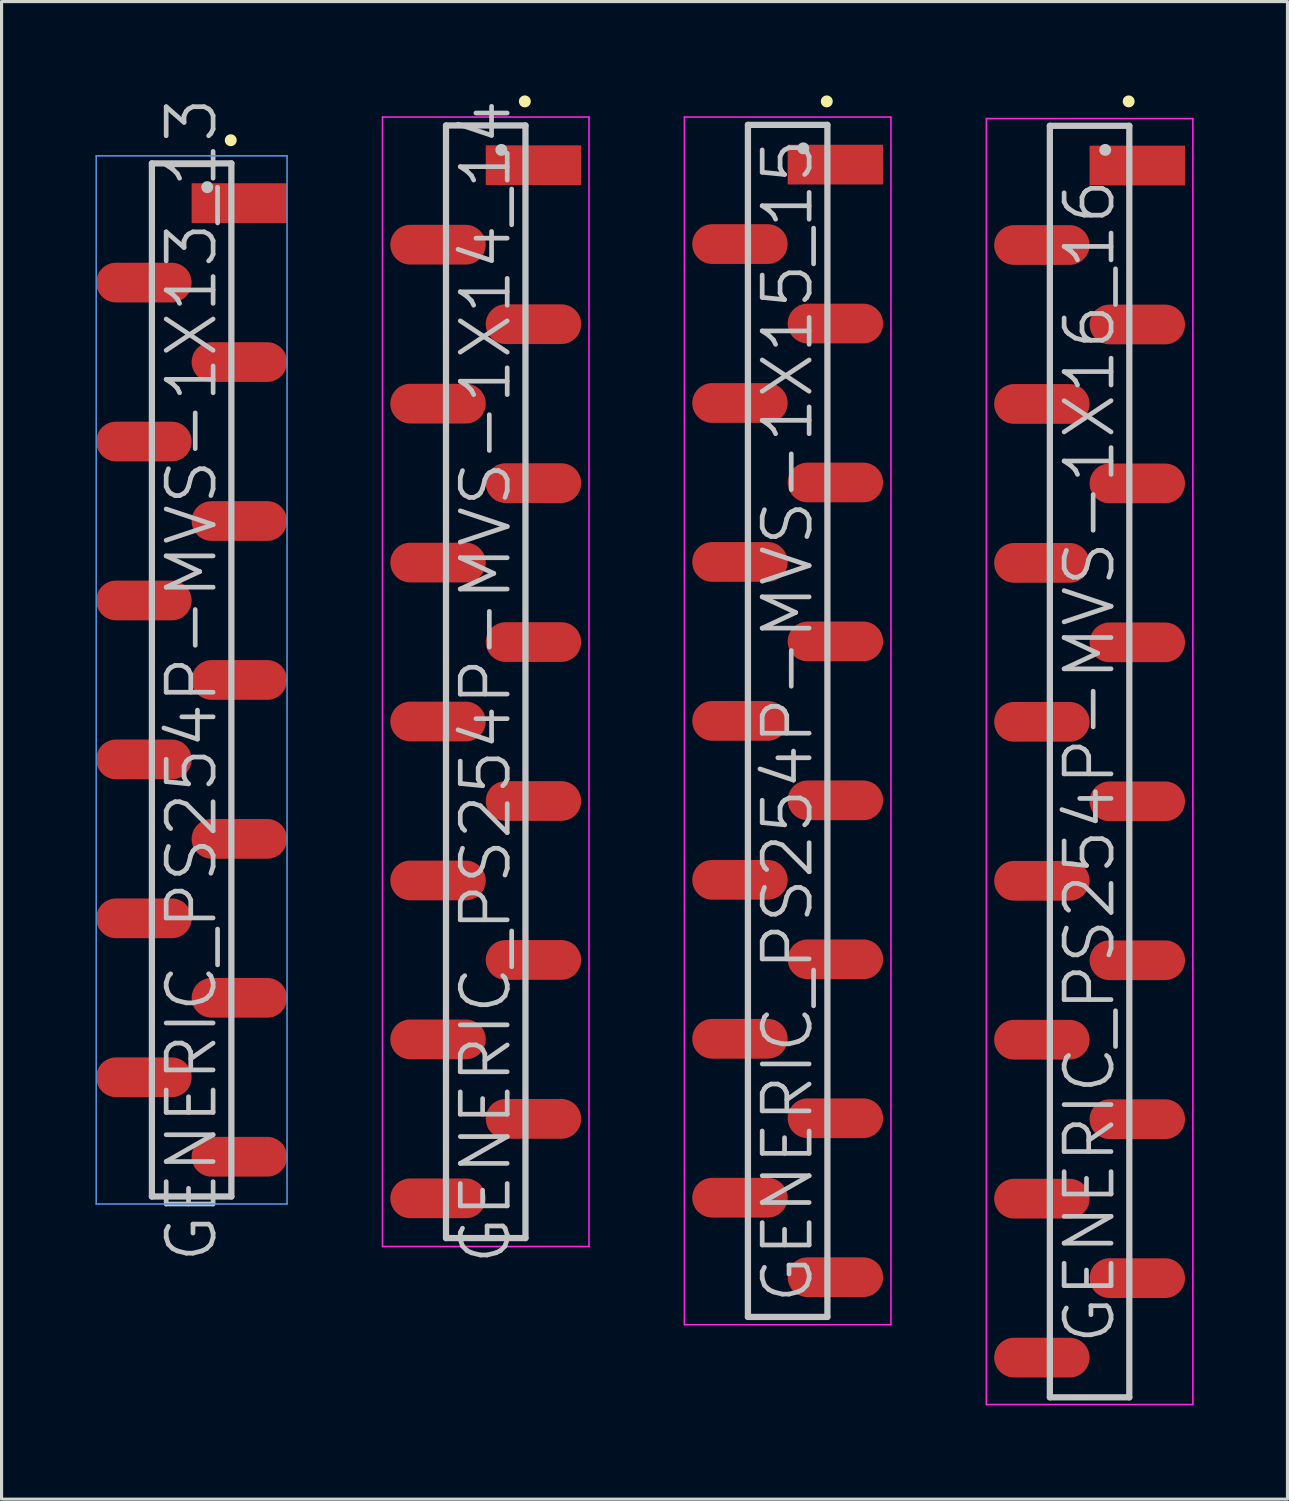
<source format=kicad_pcb>
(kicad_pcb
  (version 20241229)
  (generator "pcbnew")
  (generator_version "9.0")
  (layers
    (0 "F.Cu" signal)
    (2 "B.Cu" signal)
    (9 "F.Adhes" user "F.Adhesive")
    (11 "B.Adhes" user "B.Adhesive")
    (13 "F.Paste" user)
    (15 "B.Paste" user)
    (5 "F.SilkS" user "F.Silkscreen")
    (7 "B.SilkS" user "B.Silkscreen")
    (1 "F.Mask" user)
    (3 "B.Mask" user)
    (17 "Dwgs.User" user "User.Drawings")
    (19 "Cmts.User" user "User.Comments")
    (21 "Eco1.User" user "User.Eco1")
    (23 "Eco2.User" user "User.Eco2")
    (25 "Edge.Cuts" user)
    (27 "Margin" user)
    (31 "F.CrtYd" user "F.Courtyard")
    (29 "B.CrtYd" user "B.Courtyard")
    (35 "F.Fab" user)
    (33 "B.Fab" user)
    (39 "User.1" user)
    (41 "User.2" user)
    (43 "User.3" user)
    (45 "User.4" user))
  (footprint "GENERIC_PS254P-MVS-1X13_13"
    (layer "F.Cu")
    (at 3.075 18.682)
    (property "Reference" "GENERIC_PS254P-MVS-1X13_13" (at 0 0 90) (layer "Dwgs.User") (effects (font (size 1.5 1.5) (thickness 0.15))))
    (attr smd)
    (fp_line (start 1.25 -17.25) (end 1.25 -17.25) (stroke (width 0.381) (type solid)) (layer "F.SilkS"))
    (fp_line (start -1.27 -16.51) (end -1.27 16.51) (stroke (width 0.2) (type solid)) (layer "Dwgs.User"))
    (fp_line (start -1.27 -16.51) (end 1.27 -16.51) (stroke (width 0.2) (type solid)) (layer "Dwgs.User"))
    (fp_line (start -1.27 16.51) (end 1.27 16.51) (stroke (width 0.2) (type solid)) (layer "Dwgs.User"))
    (fp_line (start 0.5 -15.75) (end 0.5 -15.75) (stroke (width 0.381) (type solid)) (layer "Dwgs.User"))
    (fp_line (start 1.27 -16.51) (end 1.27 16.51) (stroke (width 0.2) (type solid)) (layer "Dwgs.User"))
    (fp_line (start -3.05 -16.75) (end -3.05 16.75) (stroke (width 0.05) (type solid)) (layer "Cmts.User"))
    (fp_line (start -3.05 -16.75) (end 3.05 -16.75) (stroke (width 0.05) (type solid)) (layer "Cmts.User"))
    (fp_line (start -3.05 16.75) (end 3.05 16.75) (stroke (width 0.05) (type solid)) (layer "Cmts.User"))
    (fp_line (start 3.05 -16.75) (end 3.05 16.75) (stroke (width 0.05) (type solid)) (layer "Cmts.User"))
    (pad "1" smd rect (at 1.525 -15.24 90) (size 1.27 3.05) (layers "F.Cu" "F.Mask" "F.Paste"))
    (pad "2" smd oval (at -1.525 -12.7 90) (size 1.27 3.05) (layers "F.Cu" "F.Mask" "F.Paste"))
    (pad "3" smd oval (at 1.525 -10.16 90) (size 1.27 3.05) (layers "F.Cu" "F.Mask" "F.Paste"))
    (pad "4" smd oval (at -1.525 -7.62 90) (size 1.27 3.05) (layers "F.Cu" "F.Mask" "F.Paste"))
    (pad "5" smd oval (at 1.525 -5.08 90) (size 1.27 3.05) (layers "F.Cu" "F.Mask" "F.Paste"))
    (pad "6" smd oval (at -1.525 -2.54 90) (size 1.27 3.05) (layers "F.Cu" "F.Mask" "F.Paste"))
    (pad "7" smd oval (at 1.525 0 90) (size 1.27 3.05) (layers "F.Cu" "F.Mask" "F.Paste"))
    (pad "8" smd oval (at -1.525 2.54 90) (size 1.27 3.05) (layers "F.Cu" "F.Mask" "F.Paste"))
    (pad "9" smd oval (at 1.525 5.08 90) (size 1.27 3.05) (layers "F.Cu" "F.Mask" "F.Paste"))
    (pad "10" smd oval (at -1.525 7.62 90) (size 1.27 3.05) (layers "F.Cu" "F.Mask" "F.Paste"))
    (pad "11" smd oval (at 1.525 10.16 90) (size 1.27 3.05) (layers "F.Cu" "F.Mask" "F.Paste"))
    (pad "12" smd oval (at -1.525 12.7 90) (size 1.27 3.05) (layers "F.Cu" "F.Mask" "F.Paste"))
    (pad "13" smd oval (at 1.525 15.24 90) (size 1.27 3.05) (layers "F.Cu" "F.Mask" "F.Paste")))
  (footprint "GENERIC_PS254P-MVS-1X16_16"
    (layer "F.Cu")
    (at 31.775 21.291)
    (property "Reference" "GENERIC_PS254P-MVS-1X16_16" (at 0 0 90) (layer "Dwgs.User") (effects (font (size 1.5 1.5) (thickness 0.15))))
    (attr smd)
    (fp_line (start 1.25 -21.1) (end 1.25 -21.1) (stroke (width 0.381) (type solid)) (layer "F.SilkS"))
    (fp_line (start -1.27 -20.32) (end -1.27 20.32) (stroke (width 0.2) (type solid)) (layer "Dwgs.User"))
    (fp_line (start -1.27 -20.32) (end 1.27 -20.32) (stroke (width 0.2) (type solid)) (layer "Dwgs.User"))
    (fp_line (start -1.27 20.32) (end 1.27 20.32) (stroke (width 0.2) (type solid)) (layer "Dwgs.User"))
    (fp_line (start 0.5 -19.55) (end 0.5 -19.55) (stroke (width 0.381) (type solid)) (layer "Dwgs.User"))
    (fp_line (start 1.27 -20.32) (end 1.27 20.32) (stroke (width 0.2) (type solid)) (layer "Dwgs.User"))
    (fp_line (start -3.3 -20.55) (end -3.3 20.55) (stroke (width 0.05) (type solid)) (layer "F.CrtYd"))
    (fp_line (start -3.3 -20.55) (end 3.3 -20.55) (stroke (width 0.05) (type solid)) (layer "F.CrtYd"))
    (fp_line (start -3.3 20.55) (end 3.3 20.55) (stroke (width 0.05) (type solid)) (layer "F.CrtYd"))
    (fp_line (start 3.3 -20.55) (end 3.3 20.55) (stroke (width 0.05) (type solid)) (layer "F.CrtYd"))
    (pad "1" smd rect (at 1.525 -19.05 90) (size 1.27 3.05) (layers "F.Cu" "F.Mask" "F.Paste"))
    (pad "2" smd oval (at -1.525 -16.51 90) (size 1.27 3.05) (layers "F.Cu" "F.Mask" "F.Paste"))
    (pad "3" smd oval (at 1.525 -13.97 90) (size 1.27 3.05) (layers "F.Cu" "F.Mask" "F.Paste"))
    (pad "4" smd oval (at -1.525 -11.43 90) (size 1.27 3.05) (layers "F.Cu" "F.Mask" "F.Paste"))
    (pad "5" smd oval (at 1.525 -8.89 90) (size 1.27 3.05) (layers "F.Cu" "F.Mask" "F.Paste"))
    (pad "6" smd oval (at -1.525 -6.35 90) (size 1.27 3.05) (layers "F.Cu" "F.Mask" "F.Paste"))
    (pad "7" smd oval (at 1.525 -3.81 90) (size 1.27 3.05) (layers "F.Cu" "F.Mask" "F.Paste"))
    (pad "8" smd oval (at -1.525 -1.27 90) (size 1.27 3.05) (layers "F.Cu" "F.Mask" "F.Paste"))
    (pad "9" smd oval (at 1.525 1.27 90) (size 1.27 3.05) (layers "F.Cu" "F.Mask" "F.Paste"))
    (pad "10" smd oval (at -1.525 3.81 90) (size 1.27 3.05) (layers "F.Cu" "F.Mask" "F.Paste"))
    (pad "11" smd oval (at 1.525 6.35 90) (size 1.27 3.05) (layers "F.Cu" "F.Mask" "F.Paste"))
    (pad "12" smd oval (at -1.525 8.89 90) (size 1.27 3.05) (layers "F.Cu" "F.Mask" "F.Paste"))
    (pad "13" smd oval (at 1.525 11.43 90) (size 1.27 3.05) (layers "F.Cu" "F.Mask" "F.Paste"))
    (pad "14" smd oval (at -1.525 13.97 90) (size 1.27 3.05) (layers "F.Cu" "F.Mask" "F.Paste"))
    (pad "15" smd oval (at 1.525 16.51 90) (size 1.27 3.05) (layers "F.Cu" "F.Mask" "F.Paste"))
    (pad "16" smd oval (at -1.525 19.05 90) (size 1.27 3.05) (layers "F.Cu" "F.Mask" "F.Paste")))
  (footprint "GENERIC_PS254P-MVS-1X14_14"
    (layer "F.Cu")
    (at 12.475 18.741)
    (property "Reference" "GENERIC_PS254P-MVS-1X14_14" (at 0 0 90) (layer "Dwgs.User") (effects (font (size 1.5 1.5) (thickness 0.15))))
    (attr smd)
    (fp_line (start 1.25 -18.55) (end 1.25 -18.55) (stroke (width 0.381) (type solid)) (layer "F.SilkS"))
    (fp_line (start -1.27 -17.78) (end -1.27 17.78) (stroke (width 0.2) (type solid)) (layer "Dwgs.User"))
    (fp_line (start -1.27 -17.78) (end 1.27 -17.78) (stroke (width 0.2) (type solid)) (layer "Dwgs.User"))
    (fp_line (start -1.27 17.78) (end 1.27 17.78) (stroke (width 0.2) (type solid)) (layer "Dwgs.User"))
    (fp_line (start 0.5 -17) (end 0.5 -17) (stroke (width 0.381) (type solid)) (layer "Dwgs.User"))
    (fp_line (start 1.27 -17.78) (end 1.27 17.78) (stroke (width 0.2) (type solid)) (layer "Dwgs.User"))
    (fp_line (start -3.3 -18.05) (end -3.3 18.05) (stroke (width 0.05) (type solid)) (layer "F.CrtYd"))
    (fp_line (start -3.3 -18.05) (end 3.3 -18.05) (stroke (width 0.05) (type solid)) (layer "F.CrtYd"))
    (fp_line (start -3.3 18.05) (end 3.3 18.05) (stroke (width 0.05) (type solid)) (layer "F.CrtYd"))
    (fp_line (start 3.3 -18.05) (end 3.3 18.05) (stroke (width 0.05) (type solid)) (layer "F.CrtYd"))
    (pad "1" smd rect (at 1.525 -16.51 90) (size 1.27 3.05) (layers "F.Cu" "F.Mask" "F.Paste"))
    (pad "2" smd oval (at -1.525 -13.97 90) (size 1.27 3.05) (layers "F.Cu" "F.Mask" "F.Paste"))
    (pad "3" smd oval (at 1.525 -11.43 90) (size 1.27 3.05) (layers "F.Cu" "F.Mask" "F.Paste"))
    (pad "4" smd oval (at -1.525 -8.89 90) (size 1.27 3.05) (layers "F.Cu" "F.Mask" "F.Paste"))
    (pad "5" smd oval (at 1.525 -6.35 90) (size 1.27 3.05) (layers "F.Cu" "F.Mask" "F.Paste"))
    (pad "6" smd oval (at -1.525 -3.81 90) (size 1.27 3.05) (layers "F.Cu" "F.Mask" "F.Paste"))
    (pad "7" smd oval (at 1.525 -1.27 90) (size 1.27 3.05) (layers "F.Cu" "F.Mask" "F.Paste"))
    (pad "8" smd oval (at -1.525 1.27 90) (size 1.27 3.05) (layers "F.Cu" "F.Mask" "F.Paste"))
    (pad "9" smd oval (at 1.525 3.81 90) (size 1.27 3.05) (layers "F.Cu" "F.Mask" "F.Paste"))
    (pad "10" smd oval (at -1.525 6.35 90) (size 1.27 3.05) (layers "F.Cu" "F.Mask" "F.Paste"))
    (pad "11" smd oval (at 1.525 8.89 90) (size 1.27 3.05) (layers "F.Cu" "F.Mask" "F.Paste"))
    (pad "12" smd oval (at -1.525 11.43 90) (size 1.27 3.05) (layers "F.Cu" "F.Mask" "F.Paste"))
    (pad "13" smd oval (at 1.525 13.97 90) (size 1.27 3.05) (layers "F.Cu" "F.Mask" "F.Paste"))
    (pad "14" smd oval (at -1.525 16.51 90) (size 1.27 3.05) (layers "F.Cu" "F.Mask" "F.Paste")))
  (footprint "GENERIC_PS254P-MVS-1X15_15"
    (layer "F.Cu")
    (at 22.125 19.991)
    (property "Reference" "GENERIC_PS254P-MVS-1X15_15" (at 0 0 90) (layer "Dwgs.User") (effects (font (size 1.5 1.5) (thickness 0.15))))
    (attr smd)
    (fp_line (start 1.25 -19.8) (end 1.25 -19.8) (stroke (width 0.381) (type solid)) (layer "F.SilkS"))
    (fp_line (start -1.27 -19.05) (end -1.27 19.05) (stroke (width 0.2) (type solid)) (layer "Dwgs.User"))
    (fp_line (start -1.27 -19.05) (end 1.27 -19.05) (stroke (width 0.2) (type solid)) (layer "Dwgs.User"))
    (fp_line (start -1.27 19.05) (end 1.27 19.05) (stroke (width 0.2) (type solid)) (layer "Dwgs.User"))
    (fp_line (start 0.5 -18.3) (end 0.5 -18.3) (stroke (width 0.381) (type solid)) (layer "Dwgs.User"))
    (fp_line (start 1.27 -19.05) (end 1.27 19.05) (stroke (width 0.2) (type solid)) (layer "Dwgs.User"))
    (fp_line (start -3.3 -19.3) (end -3.3 19.3) (stroke (width 0.05) (type solid)) (layer "F.CrtYd"))
    (fp_line (start -3.3 -19.3) (end 3.3 -19.3) (stroke (width 0.05) (type solid)) (layer "F.CrtYd"))
    (fp_line (start -3.3 19.3) (end 3.3 19.3) (stroke (width 0.05) (type solid)) (layer "F.CrtYd"))
    (fp_line (start 3.3 -19.3) (end 3.3 19.3) (stroke (width 0.05) (type solid)) (layer "F.CrtYd"))
    (pad "1" smd rect (at 1.525 -17.78 90) (size 1.27 3.05) (layers "F.Cu" "F.Mask" "F.Paste"))
    (pad "2" smd oval (at -1.525 -15.24 90) (size 1.27 3.05) (layers "F.Cu" "F.Mask" "F.Paste"))
    (pad "3" smd oval (at 1.525 -12.7 90) (size 1.27 3.05) (layers "F.Cu" "F.Mask" "F.Paste"))
    (pad "4" smd oval (at -1.525 -10.16 90) (size 1.27 3.05) (layers "F.Cu" "F.Mask" "F.Paste"))
    (pad "5" smd oval (at 1.525 -7.62 90) (size 1.27 3.05) (layers "F.Cu" "F.Mask" "F.Paste"))
    (pad "6" smd oval (at -1.525 -5.08 90) (size 1.27 3.05) (layers "F.Cu" "F.Mask" "F.Paste"))
    (pad "7" smd oval (at 1.525 -2.54 90) (size 1.27 3.05) (layers "F.Cu" "F.Mask" "F.Paste"))
    (pad "8" smd oval (at -1.525 0 90) (size 1.27 3.05) (layers "F.Cu" "F.Mask" "F.Paste"))
    (pad "9" smd oval (at 1.525 2.54 90) (size 1.27 3.05) (layers "F.Cu" "F.Mask" "F.Paste"))
    (pad "10" smd oval (at -1.525 5.08 90) (size 1.27 3.05) (layers "F.Cu" "F.Mask" "F.Paste"))
    (pad "11" smd oval (at 1.525 7.62 90) (size 1.27 3.05) (layers "F.Cu" "F.Mask" "F.Paste"))
    (pad "12" smd oval (at -1.525 10.16 90) (size 1.27 3.05) (layers "F.Cu" "F.Mask" "F.Paste"))
    (pad "13" smd oval (at 1.525 12.7 90) (size 1.27 3.05) (layers "F.Cu" "F.Mask" "F.Paste"))
    (pad "14" smd oval (at -1.525 15.24 90) (size 1.27 3.05) (layers "F.Cu" "F.Mask" "F.Paste"))
    (pad "15" smd oval (at 1.525 17.78 90) (size 1.27 3.05) (layers "F.Cu" "F.Mask" "F.Paste")))
  (gr_rect
    (start -3 -3)
    (end 38.1 44.865)
    (stroke (width 0.1) (type default))
    (fill no)
    (layer "Edge.Cuts")))
</source>
